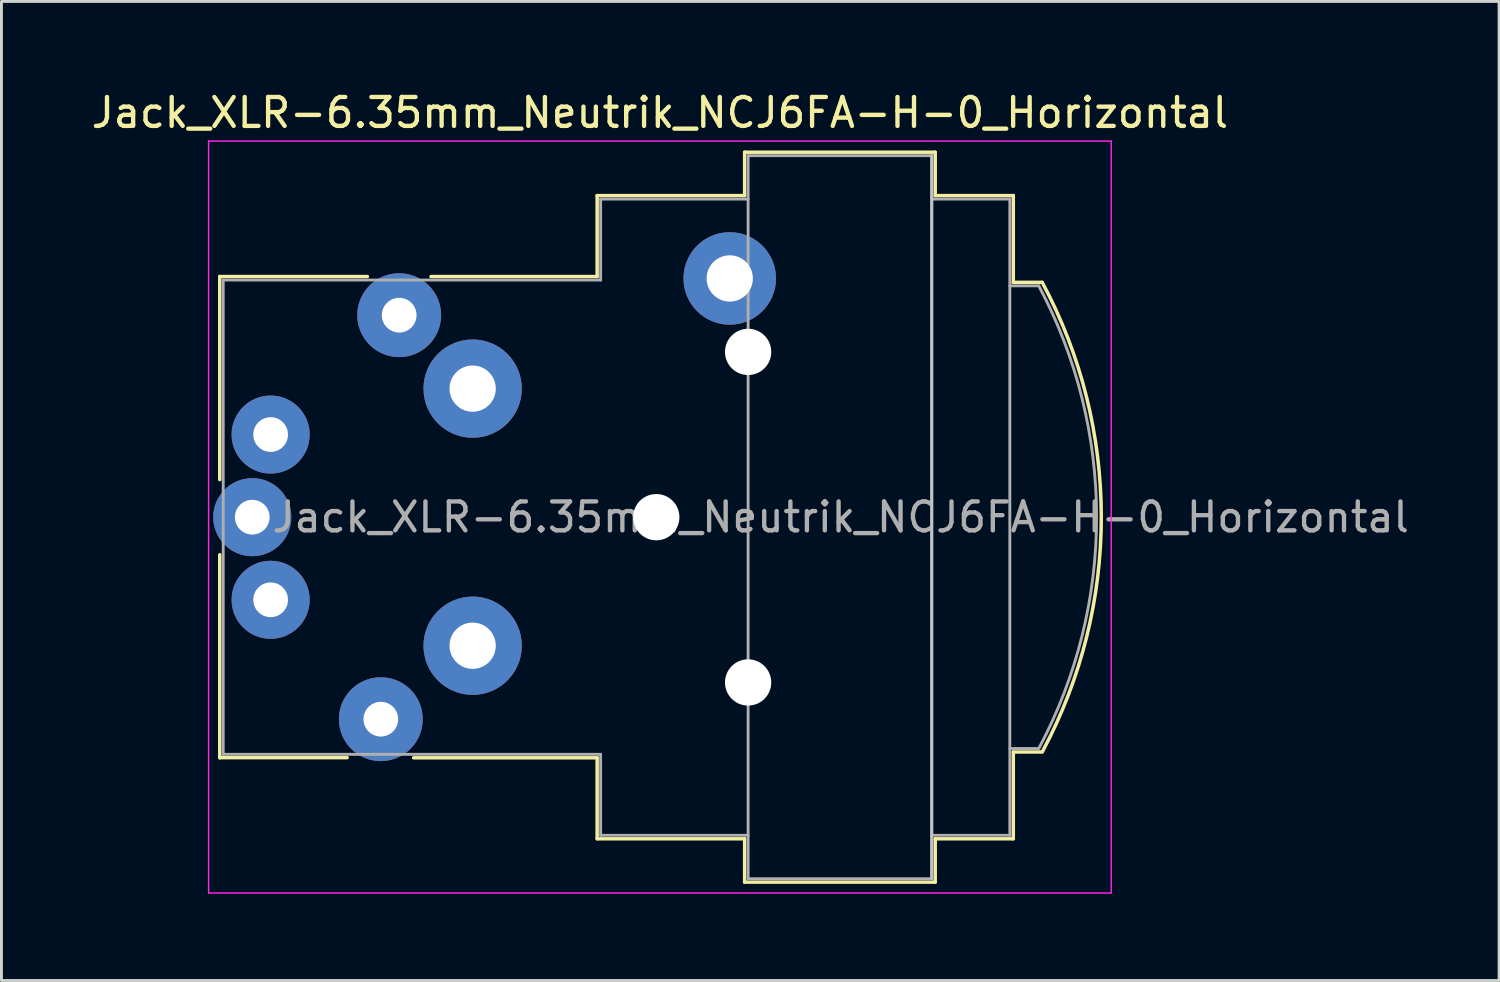
<source format=kicad_pcb>
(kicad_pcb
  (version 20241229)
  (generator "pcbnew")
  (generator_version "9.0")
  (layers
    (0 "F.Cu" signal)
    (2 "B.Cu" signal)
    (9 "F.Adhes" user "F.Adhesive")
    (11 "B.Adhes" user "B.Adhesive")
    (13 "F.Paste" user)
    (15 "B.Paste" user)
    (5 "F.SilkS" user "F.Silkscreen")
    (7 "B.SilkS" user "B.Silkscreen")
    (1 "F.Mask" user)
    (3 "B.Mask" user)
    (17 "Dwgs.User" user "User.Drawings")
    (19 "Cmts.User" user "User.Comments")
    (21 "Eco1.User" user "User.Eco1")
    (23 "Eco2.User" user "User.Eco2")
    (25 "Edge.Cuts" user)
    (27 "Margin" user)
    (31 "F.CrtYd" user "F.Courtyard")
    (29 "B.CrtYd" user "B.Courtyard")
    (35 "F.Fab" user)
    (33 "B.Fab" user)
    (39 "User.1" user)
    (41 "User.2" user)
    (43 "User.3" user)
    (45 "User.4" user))
  (footprint "Jack_XLR-6.35mm_Neutrik_NCJ6FA-H-0_Horizontal"
    (layer "F.Cu")
    (at 10.753 7.848)
    (property "Reference" "Jack_XLR-6.35mm_Neutrik_NCJ6FA-H-0_Horizontal" (at 9.015 -7 0) (layer "F.SilkS") (effects (font (size 1 1) (thickness 0.15))))
    (attr through_hole)
    (fp_line (start -6.205 -1.335) (end -6.205 5.685) (stroke (width 0.12) (type solid)) (layer "F.SilkS"))
    (fp_line (start -6.205 8.285) (end -6.205 15.305) (stroke (width 0.12) (type solid)) (layer "F.SilkS"))
    (fp_line (start -1.8 15.3) (end -6.205 15.3) (stroke (width 0.12) (type solid)) (layer "F.SilkS"))
    (fp_line (start -1.1 -1.335) (end -6.205 -1.335) (stroke (width 0.12) (type solid)) (layer "F.SilkS"))
    (fp_line (start 6.845 -4.135) (end 6.845 -1.335) (stroke (width 0.12) (type solid)) (layer "F.SilkS"))
    (fp_line (start 6.845 -1.335) (end 1.1 -1.335) (stroke (width 0.12) (type solid)) (layer "F.SilkS"))
    (fp_line (start 6.845 15.305) (end 0.5 15.305) (stroke (width 0.12) (type solid)) (layer "F.SilkS"))
    (fp_line (start 6.845 18.105) (end 6.845 15.305) (stroke (width 0.12) (type solid)) (layer "F.SilkS"))
    (fp_line (start 11.945 -4.135) (end 6.845 -4.135) (stroke (width 0.12) (type solid)) (layer "F.SilkS"))
    (fp_line (start 11.945 -4.135) (end 11.945 -5.635) (stroke (width 0.12) (type solid)) (layer "F.SilkS"))
    (fp_line (start 11.945 18.105) (end 6.845 18.105) (stroke (width 0.12) (type solid)) (layer "F.SilkS"))
    (fp_line (start 11.945 19.605) (end 11.945 18.105) (stroke (width 0.12) (type solid)) (layer "F.SilkS"))
    (fp_line (start 18.535 -5.635) (end 11.945 -5.635) (stroke (width 0.12) (type solid)) (layer "F.SilkS"))
    (fp_line (start 18.535 -5.635) (end 18.535 -4.135) (stroke (width 0.12) (type solid)) (layer "F.SilkS"))
    (fp_line (start 18.535 -4.135) (end 21.235 -4.135) (stroke (width 0.12) (type solid)) (layer "F.SilkS"))
    (fp_line (start 18.535 18.105) (end 18.535 19.605) (stroke (width 0.12) (type solid)) (layer "F.SilkS"))
    (fp_line (start 18.535 18.105) (end 21.235 18.105) (stroke (width 0.12) (type solid)) (layer "F.SilkS"))
    (fp_line (start 18.535 19.605) (end 11.945 19.605) (stroke (width 0.12) (type solid)) (layer "F.SilkS"))
    (fp_line (start 21.235 -4.135) (end 21.235 -1.135) (stroke (width 0.12) (type solid)) (layer "F.SilkS"))
    (fp_line (start 21.235 -1.135) (end 22.235 -1.135) (stroke (width 0.12) (type solid)) (layer "F.SilkS"))
    (fp_line (start 21.235 15.105) (end 21.235 18.105) (stroke (width 0.12) (type solid)) (layer "F.SilkS"))
    (fp_line (start 21.235 15.105) (end 22.235 15.105) (stroke (width 0.12) (type solid)) (layer "F.SilkS"))
    (fp_arc (start 22.235 -1.135) (mid 24.27742 6.973784) (end 22.245601 15.08523) (stroke (width 0.12) (type solid)) (layer "F.SilkS"))
    (fp_line (start 18.415 -5.515) (end 18.415 19.485) (stroke (width 0.1) (type solid)) (layer "Dwgs.User"))
    (fp_line (start -6.59 -6.02) (end -6.59 19.98) (stroke (width 0.05) (type solid)) (layer "F.CrtYd"))
    (fp_line (start 24.62 -6.02) (end -6.59 -6.02) (stroke (width 0.05) (type solid)) (layer "F.CrtYd"))
    (fp_line (start 24.62 -6.02) (end 24.62 19.98) (stroke (width 0.05) (type solid)) (layer "F.CrtYd"))
    (fp_line (start 24.62 19.98) (end -6.59 19.98) (stroke (width 0.05) (type solid)) (layer "F.CrtYd"))
    (fp_line (start -6.085 -1.215) (end -6.085 15.185) (stroke (width 0.1) (type solid)) (layer "F.Fab"))
    (fp_line (start -6.085 15.185) (end 6.965 15.185) (stroke (width 0.1) (type solid)) (layer "F.Fab"))
    (fp_line (start 6.965 -4.015) (end 6.965 -1.215) (stroke (width 0.1) (type solid)) (layer "F.Fab"))
    (fp_line (start 6.965 -1.215) (end -6.085 -1.215) (stroke (width 0.1) (type solid)) (layer "F.Fab"))
    (fp_line (start 6.965 15.185) (end 6.965 17.985) (stroke (width 0.1) (type solid)) (layer "F.Fab"))
    (fp_line (start 6.965 17.985) (end 12.065 17.985) (stroke (width 0.1) (type solid)) (layer "F.Fab"))
    (fp_line (start 12.065 -5.515) (end 18.415 -5.515) (stroke (width 0.1) (type solid)) (layer "F.Fab"))
    (fp_line (start 12.065 -4.015) (end 6.965 -4.015) (stroke (width 0.1) (type solid)) (layer "F.Fab"))
    (fp_line (start 12.065 19.485) (end 12.065 -5.515) (stroke (width 0.1) (type solid)) (layer "F.Fab"))
    (fp_line (start 18.415 -5.515) (end 18.415 19.485) (stroke (width 0.1) (type solid)) (layer "F.Fab"))
    (fp_line (start 18.415 -4.015) (end 21.115 -4.015) (stroke (width 0.1) (type solid)) (layer "F.Fab"))
    (fp_line (start 18.415 19.485) (end 12.065 19.485) (stroke (width 0.1) (type solid)) (layer "F.Fab"))
    (fp_line (start 21.115 -4.015) (end 21.115 17.985) (stroke (width 0.1) (type solid)) (layer "F.Fab"))
    (fp_line (start 21.115 -1.015) (end 22.115 -1.015) (stroke (width 0.1) (type solid)) (layer "F.Fab"))
    (fp_line (start 21.115 14.985) (end 22.115 14.985) (stroke (width 0.1) (type solid)) (layer "F.Fab"))
    (fp_line (start 21.115 17.985) (end 18.415 17.985) (stroke (width 0.1) (type solid)) (layer "F.Fab"))
    (fp_arc (start 22.115 -1.015) (mid 24.114999 6.978328) (end 22.121275 14.973223) (stroke (width 0.1) (type solid)) (layer "F.Fab"))
    (fp_text user "${REFERENCE}" (at 15.265 6.985 0) (layer "F.Fab") (effects (font (size 1 1) (thickness 0.15))))
    (pad "" np_thru_hole circle (at 8.89 6.985) (size 1.6 1.6) (drill 1.6) (layers "*.Cu" "*.Mask"))
    (pad "" np_thru_hole circle (at 12.065 1.27) (size 1.6 1.6) (drill 1.6) (layers "*.Cu" "*.Mask"))
    (pad "" np_thru_hole circle (at 12.065 12.7) (size 1.6 1.6) (drill 1.6) (layers "*.Cu" "*.Mask"))
    (pad "1" thru_hole circle (at 0 0) (size 2.9 2.9) (drill 1.2) (layers "*.Cu" "*.Mask"))
    (pad "2" thru_hole circle (at -0.635 13.97) (size 2.9 2.9) (drill 1.2) (layers "*.Cu" "*.Mask"))
    (pad "3" thru_hole circle (at -5.08 6.985) (size 2.7 2.7) (drill 1.2) (layers "*.Cu" "*.Mask"))
    (pad "G" thru_hole circle (at 11.43 -1.27) (size 3.2 3.2) (drill 1.6) (layers "*.Cu" "*.Mask"))
    (pad "R" thru_hole circle (at -4.445 9.842) (size 2.7 2.7) (drill 1.2) (layers "*.Cu" "*.Mask"))
    (pad "S" thru_hole circle (at -4.445 4.128) (size 2.7 2.7) (drill 1.2) (layers "*.Cu" "*.Mask"))
    (pad "T" thru_hole circle (at 2.54 2.54) (size 3.4 3.4) (drill 1.6) (layers "*.Cu" "*.Mask"))
    (pad "T" thru_hole circle (at 2.54 11.43) (size 3.4 3.4) (drill 1.6) (layers "*.Cu" "*.Mask")))
  (gr_rect
    (start -3 -3)
    (end 48.786 30.853)
    (stroke (width 0.1) (type default))
    (fill no)
    (layer "Edge.Cuts")))
</source>
